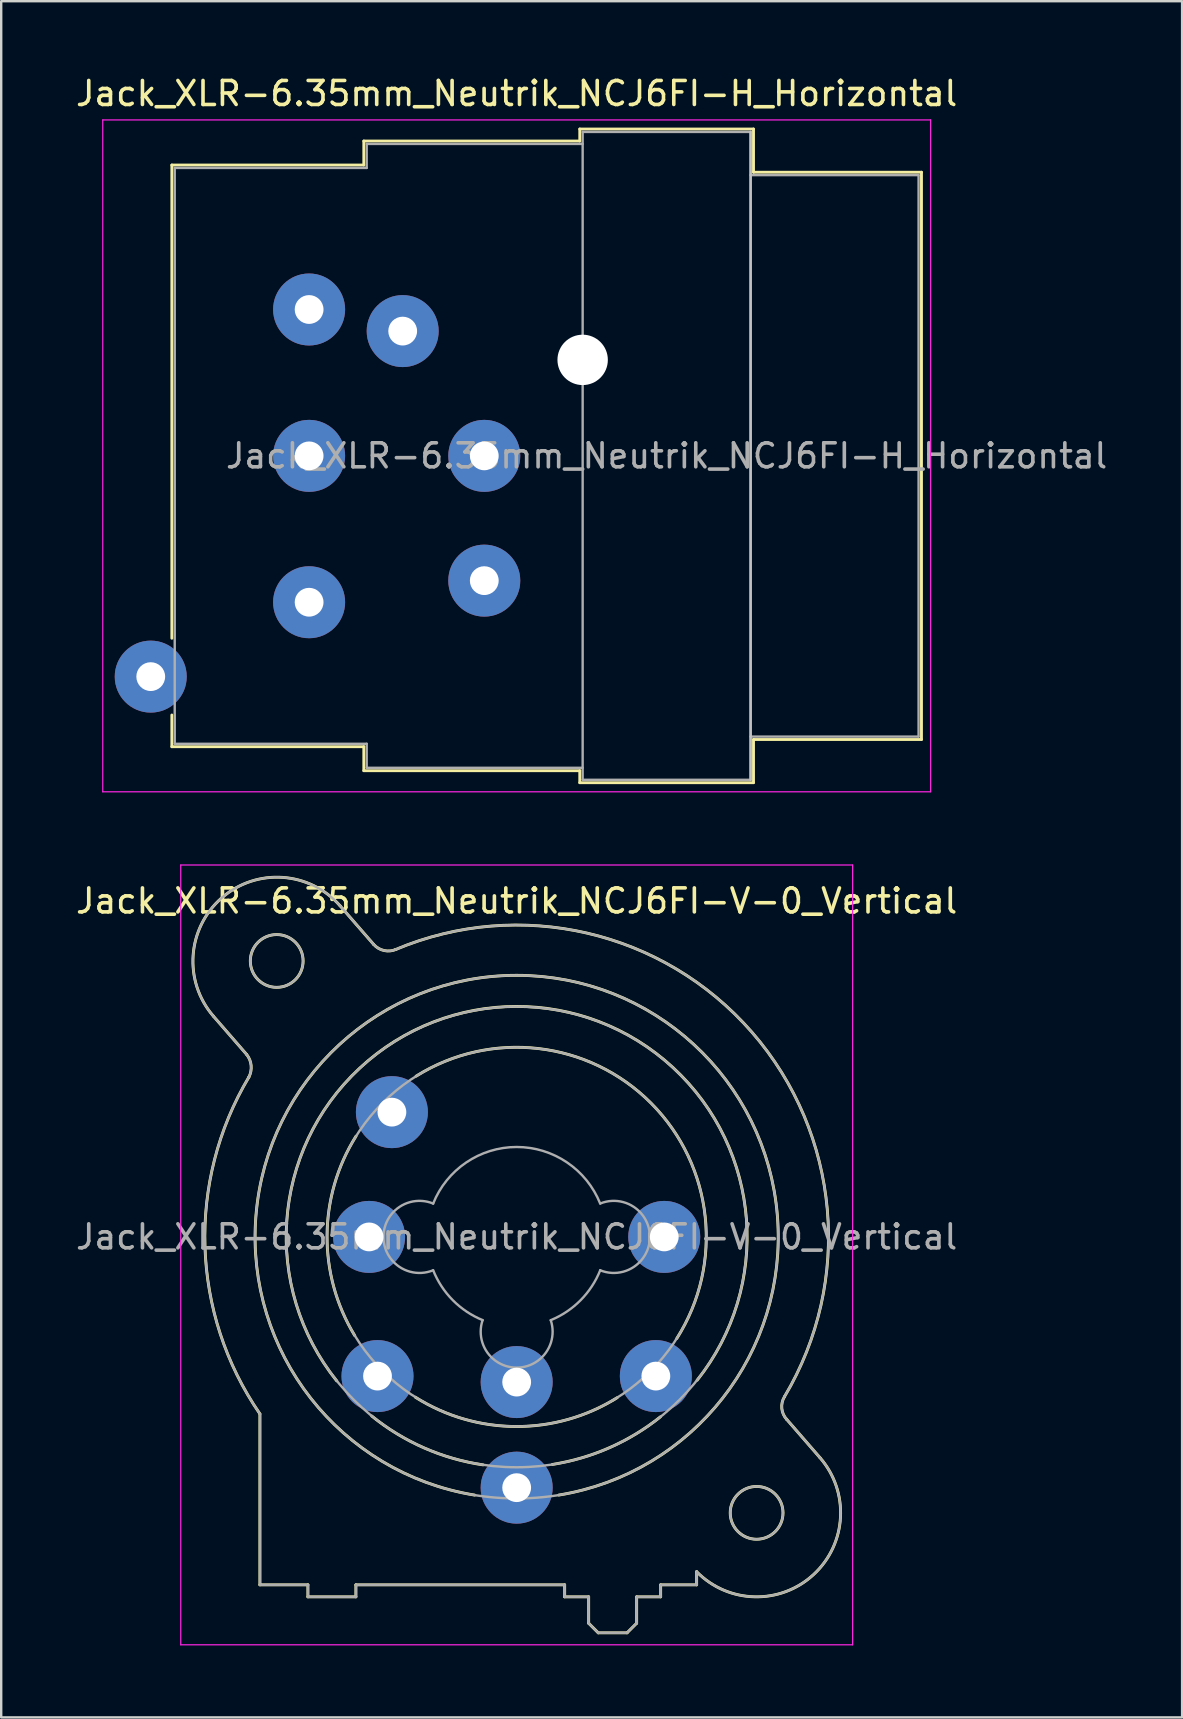
<source format=kicad_pcb>
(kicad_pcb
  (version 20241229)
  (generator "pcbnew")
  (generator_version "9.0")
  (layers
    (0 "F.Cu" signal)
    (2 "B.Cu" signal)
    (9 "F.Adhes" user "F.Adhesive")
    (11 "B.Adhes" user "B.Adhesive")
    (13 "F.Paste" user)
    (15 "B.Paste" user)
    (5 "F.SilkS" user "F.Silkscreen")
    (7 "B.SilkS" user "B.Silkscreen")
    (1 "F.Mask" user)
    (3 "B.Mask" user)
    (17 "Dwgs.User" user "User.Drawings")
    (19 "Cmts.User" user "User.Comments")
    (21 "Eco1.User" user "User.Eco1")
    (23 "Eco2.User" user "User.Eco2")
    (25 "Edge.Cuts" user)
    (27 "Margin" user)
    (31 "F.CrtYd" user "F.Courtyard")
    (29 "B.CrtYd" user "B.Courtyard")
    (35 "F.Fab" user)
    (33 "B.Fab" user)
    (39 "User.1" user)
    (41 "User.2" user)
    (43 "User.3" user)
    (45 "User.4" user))
  (footprint "Jack_XLR-6.35mm_Neutrik_NCJ6FI-H_Horizontal"
    (layer "F.Cu")
    (at 9.832 9.848)
    (property "Reference" "Jack_XLR-6.35mm_Neutrik_NCJ6FI-H_Horizontal" (at 8.65 -9 0) (layer "F.SilkS") (effects (font (size 1 1) (thickness 0.15))))
    (attr through_hole)
    (fp_line (start -5.72 -6.02) (end -5.72 13.7) (stroke (width 0.12) (type solid)) (layer "F.SilkS"))
    (fp_line (start -5.72 16.9) (end -5.72 18.22) (stroke (width 0.12) (type solid)) (layer "F.SilkS"))
    (fp_line (start 2.28 -7.02) (end 2.28 -6.02) (stroke (width 0.12) (type solid)) (layer "F.SilkS"))
    (fp_line (start 2.28 -6.02) (end -5.72 -6.02) (stroke (width 0.12) (type solid)) (layer "F.SilkS"))
    (fp_line (start 2.28 18.22) (end -5.72 18.22) (stroke (width 0.12) (type solid)) (layer "F.SilkS"))
    (fp_line (start 2.28 19.22) (end 2.28 18.22) (stroke (width 0.12) (type solid)) (layer "F.SilkS"))
    (fp_line (start 11.28 -7.02) (end 2.28 -7.02) (stroke (width 0.12) (type solid)) (layer "F.SilkS"))
    (fp_line (start 11.28 -7.02) (end 11.28 -7.52) (stroke (width 0.12) (type solid)) (layer "F.SilkS"))
    (fp_line (start 11.28 19.22) (end 2.28 19.22) (stroke (width 0.12) (type solid)) (layer "F.SilkS"))
    (fp_line (start 11.28 19.72) (end 11.28 19.22) (stroke (width 0.12) (type solid)) (layer "F.SilkS"))
    (fp_line (start 18.52 -7.52) (end 11.28 -7.52) (stroke (width 0.12) (type solid)) (layer "F.SilkS"))
    (fp_line (start 18.52 -7.52) (end 18.52 -5.72) (stroke (width 0.12) (type solid)) (layer "F.SilkS"))
    (fp_line (start 18.52 -5.72) (end 25.52 -5.72) (stroke (width 0.12) (type solid)) (layer "F.SilkS"))
    (fp_line (start 18.52 17.92) (end 18.52 19.72) (stroke (width 0.12) (type solid)) (layer "F.SilkS"))
    (fp_line (start 18.52 17.92) (end 25.52 17.92) (stroke (width 0.12) (type solid)) (layer "F.SilkS"))
    (fp_line (start 18.52 19.72) (end 11.28 19.72) (stroke (width 0.12) (type solid)) (layer "F.SilkS"))
    (fp_line (start 25.52 -5.72) (end 25.52 17.92) (stroke (width 0.12) (type solid)) (layer "F.SilkS"))
    (fp_line (start 18.4 -7.4) (end 18.4 19.6) (stroke (width 0.1) (type solid)) (layer "Dwgs.User"))
    (fp_line (start -8.6 -7.9) (end -8.6 20.1) (stroke (width 0.05) (type solid)) (layer "F.CrtYd"))
    (fp_line (start 25.9 -7.9) (end -8.6 -7.9) (stroke (width 0.05) (type solid)) (layer "F.CrtYd"))
    (fp_line (start 25.9 -7.9) (end 25.9 20.1) (stroke (width 0.05) (type solid)) (layer "F.CrtYd"))
    (fp_line (start 25.9 20.1) (end -8.6 20.1) (stroke (width 0.05) (type solid)) (layer "F.CrtYd"))
    (fp_line (start -5.6 -5.9) (end -5.6 18.1) (stroke (width 0.1) (type solid)) (layer "F.Fab"))
    (fp_line (start -5.6 18.1) (end 2.4 18.1) (stroke (width 0.1) (type solid)) (layer "F.Fab"))
    (fp_line (start 2.4 -6.9) (end 2.4 -5.9) (stroke (width 0.1) (type solid)) (layer "F.Fab"))
    (fp_line (start 2.4 -5.9) (end -5.6 -5.9) (stroke (width 0.1) (type solid)) (layer "F.Fab"))
    (fp_line (start 2.4 18.1) (end 2.4 19.1) (stroke (width 0.1) (type solid)) (layer "F.Fab"))
    (fp_line (start 2.4 19.1) (end 11.4 19.1) (stroke (width 0.1) (type solid)) (layer "F.Fab"))
    (fp_line (start 11.4 -7.4) (end 18.4 -7.4) (stroke (width 0.1) (type solid)) (layer "F.Fab"))
    (fp_line (start 11.4 -6.9) (end 2.4 -6.9) (stroke (width 0.1) (type solid)) (layer "F.Fab"))
    (fp_line (start 11.4 19.6) (end 11.4 -7.4) (stroke (width 0.1) (type solid)) (layer "F.Fab"))
    (fp_line (start 18.4 -7.4) (end 18.4 19.6) (stroke (width 0.1) (type solid)) (layer "F.Fab"))
    (fp_line (start 18.4 -5.6) (end 25.4 -5.6) (stroke (width 0.1) (type solid)) (layer "F.Fab"))
    (fp_line (start 18.4 19.6) (end 11.4 19.6) (stroke (width 0.1) (type solid)) (layer "F.Fab"))
    (fp_line (start 25.4 -5.6) (end 25.4 17.8) (stroke (width 0.1) (type solid)) (layer "F.Fab"))
    (fp_line (start 25.4 17.8) (end 18.4 17.8) (stroke (width 0.1) (type solid)) (layer "F.Fab"))
    (fp_text user "${REFERENCE}" (at 14.9 6.1 0) (layer "F.Fab") (effects (font (size 1 1) (thickness 0.15))))
    (pad "" np_thru_hole circle (at 11.4 2.1) (size 2.1 2.1) (drill 2.1) (layers "*.Cu" "*.Mask"))
    (pad "1" thru_hole circle (at 0 0) (size 3 3) (drill 1.2) (layers "*.Cu" "*.Mask"))
    (pad "2" thru_hole circle (at 0 12.2) (size 3 3) (drill 1.2) (layers "*.Cu" "*.Mask"))
    (pad "3" thru_hole circle (at 0 6.1) (size 3 3) (drill 1.2) (layers "*.Cu" "*.Mask"))
    (pad "G" thru_hole circle (at 7.3 6.1) (size 3 3) (drill 1.2) (layers "*.Cu" "*.Mask"))
    (pad "R" thru_hole circle (at 3.9 0.9) (size 3 3) (drill 1.2) (layers "*.Cu" "*.Mask"))
    (pad "S" thru_hole circle (at 7.3 11.3) (size 3 3) (drill 1.2) (layers "*.Cu" "*.Mask"))
    (pad "T" thru_hole circle (at -6.6 15.3) (size 3 3) (drill 1.2) (layers "*.Cu" "*.Mask")))
  (footprint "Jack_XLR-6.35mm_Neutrik_NCJ6FI-V-0_Vertical"
    (layer "F.Cu")
    (at 24.632 48.498)
    (property "Reference" "Jack_XLR-6.35mm_Neutrik_NCJ6FI-V-0_Vertical" (at -6.15 -14 0) (layer "F.SilkS") (effects (font (size 1 1) (thickness 0.15))))
    (attr through_hole)
    (fp_line (start -17.4 -7.6) (end -18.79 -9.2) (stroke (width 0.12) (type solid)) (layer "F.SilkS"))
    (fp_line (start -16.85 14.5) (end -16.85 7.38) (stroke (width 0.12) (type solid)) (layer "F.SilkS"))
    (fp_line (start -14.85 14.5) (end -16.85 14.5) (stroke (width 0.12) (type solid)) (layer "F.SilkS"))
    (fp_line (start -14.85 14.5) (end -14.85 15) (stroke (width 0.12) (type solid)) (layer "F.SilkS"))
    (fp_line (start -13.51 -13.8) (end -12.11 -12.19) (stroke (width 0.12) (type solid)) (layer "F.SilkS"))
    (fp_line (start -12.85 14.5) (end -12.85 15) (stroke (width 0.12) (type solid)) (layer "F.SilkS"))
    (fp_line (start -12.85 15) (end -14.85 15) (stroke (width 0.12) (type solid)) (layer "F.SilkS"))
    (fp_line (start -4.15 14.5) (end -12.85 14.5) (stroke (width 0.12) (type solid)) (layer "F.SilkS"))
    (fp_line (start -4.15 14.5) (end -4.15 15) (stroke (width 0.12) (type solid)) (layer "F.SilkS"))
    (fp_line (start -3.15 15) (end -4.15 15) (stroke (width 0.12) (type solid)) (layer "F.SilkS"))
    (fp_line (start -3.15 15) (end -3.15 16.1) (stroke (width 0.12) (type solid)) (layer "F.SilkS"))
    (fp_line (start -3.15 16.1) (end -2.75 16.5) (stroke (width 0.12) (type solid)) (layer "F.SilkS"))
    (fp_line (start -1.55 16.5) (end -2.75 16.5) (stroke (width 0.12) (type solid)) (layer "F.SilkS"))
    (fp_line (start -1.15 15) (end -1.15 16.1) (stroke (width 0.12) (type solid)) (layer "F.SilkS"))
    (fp_line (start -1.15 16.1) (end -1.55 16.5) (stroke (width 0.12) (type solid)) (layer "F.SilkS"))
    (fp_line (start -0.15 14.5) (end -0.15 15) (stroke (width 0.12) (type solid)) (layer "F.SilkS"))
    (fp_line (start -0.15 15) (end -1.15 15) (stroke (width 0.12) (type solid)) (layer "F.SilkS"))
    (fp_line (start 1.35 13.95) (end 1.35 14.5) (stroke (width 0.12) (type solid)) (layer "F.SilkS"))
    (fp_line (start 1.35 14.5) (end -0.15 14.5) (stroke (width 0.12) (type solid)) (layer "F.SilkS"))
    (fp_line (start 5.1 7.6) (end 6.49 9.2) (stroke (width 0.12) (type solid)) (layer "F.SilkS"))
    (fp_arc (start -18.79 -9.2) (mid -18.45 -14.14) (end -13.51 -13.8) (stroke (width 0.12) (type solid)) (layer "F.SilkS"))
    (fp_arc (start -17.400452 -7.59955) (mid -17.216295 -7.14315) (end -17.31 -6.66) (stroke (width 0.12) (type solid)) (layer "F.SilkS"))
    (fp_arc (start -16.851206 7.374645) (mid -19.139261 0.42462) (end -17.31 -6.66) (stroke (width 0.12) (type solid)) (layer "F.SilkS"))
    (fp_arc (start -13.65 6) (mid -6.168408 -9.604669) (end 1.372943 5.971208) (stroke (width 0.12) (type solid)) (layer "F.SilkS"))
    (fp_arc (start -12.9 4.11) (mid -14.052663 -0.0501) (end -12.847348 -4.195251) (stroke (width 0.12) (type solid)) (layer "F.SilkS"))
    (fp_arc (start -11.201352 -11.974349) (mid 3.655031 -8.530097) (end 5.01 6.66) (stroke (width 0.12) (type solid)) (layer "F.SilkS"))
    (fp_arc (start -11.177539 -11.981856) (mid -11.677484 -11.93489) (end -12.11 -12.19) (stroke (width 0.12) (type solid)) (layer "F.SilkS"))
    (fp_arc (start -10.34 -6.7) (mid -0.544787 -5.570251) (end 0.523653 4.231839) (stroke (width 0.12) (type solid)) (layer "F.SilkS"))
    (fp_arc (start -7.9 10.76) (mid -6.152346 -10.90138) (end -4.395368 10.759246) (stroke (width 0.12) (type solid)) (layer "F.SilkS"))
    (fp_arc (start -7.55 9.5) (mid -10.007174 8.793873) (end -12.190932 7.464391) (stroke (width 0.12) (type solid)) (layer "F.SilkS"))
    (fp_arc (start -1.96 6.7) (mid -6.167825 7.902264) (end -10.370184 6.681029) (stroke (width 0.12) (type solid)) (layer "F.SilkS"))
    (fp_arc (start -0.16 7.5) (mid -2.282236 8.784674) (end -4.662837 9.482534) (stroke (width 0.12) (type solid)) (layer "F.SilkS"))
    (fp_arc (start 5.109394 7.611661) (mid 4.900255 7.152483) (end 5.01 6.66) (stroke (width 0.12) (type solid)) (layer "F.SilkS"))
    (fp_arc (start 6.49 9.2) (mid 6.227307 14.070606) (end 1.351052 13.95252) (stroke (width 0.12) (type solid)) (layer "F.SilkS"))
    (fp_circle (center -16.15 -11.5) (end -15.05 -11.5) (stroke (width 0.12) (type solid)) (fill no) (layer "F.SilkS"))
    (fp_circle (center 3.85 11.5) (end 4.95 11.5) (stroke (width 0.12) (type solid)) (fill no) (layer "F.SilkS"))
    (fp_line (start -20.15 -15.5) (end 7.85 -15.5) (stroke (width 0.05) (type solid)) (layer "F.CrtYd"))
    (fp_line (start -20.15 17) (end -20.15 -15.5) (stroke (width 0.05) (type solid)) (layer "F.CrtYd"))
    (fp_line (start 7.85 -15.5) (end 7.85 17) (stroke (width 0.05) (type solid)) (layer "F.CrtYd"))
    (fp_line (start 7.85 17) (end -20.15 17) (stroke (width 0.05) (type solid)) (layer "F.CrtYd"))
    (fp_line (start -17.4 -7.6) (end -18.79 -9.2) (stroke (width 0.1) (type solid)) (layer "F.Fab"))
    (fp_line (start -16.85 14.5) (end -16.85 7.38) (stroke (width 0.1) (type solid)) (layer "F.Fab"))
    (fp_line (start -14.85 14.5) (end -16.85 14.5) (stroke (width 0.1) (type solid)) (layer "F.Fab"))
    (fp_line (start -14.85 14.5) (end -14.85 15) (stroke (width 0.1) (type solid)) (layer "F.Fab"))
    (fp_line (start -13.51 -13.8) (end -12.11 -12.19) (stroke (width 0.1) (type solid)) (layer "F.Fab"))
    (fp_line (start -12.85 14.5) (end -12.85 15) (stroke (width 0.1) (type solid)) (layer "F.Fab"))
    (fp_line (start -12.85 15) (end -14.85 15) (stroke (width 0.1) (type solid)) (layer "F.Fab"))
    (fp_line (start -4.15 14.5) (end -12.85 14.5) (stroke (width 0.1) (type solid)) (layer "F.Fab"))
    (fp_line (start -4.15 14.5) (end -4.15 15) (stroke (width 0.1) (type solid)) (layer "F.Fab"))
    (fp_line (start -3.15 15) (end -4.15 15) (stroke (width 0.1) (type solid)) (layer "F.Fab"))
    (fp_line (start -3.15 15) (end -3.15 16.1) (stroke (width 0.1) (type solid)) (layer "F.Fab"))
    (fp_line (start -3.15 16.1) (end -2.75 16.5) (stroke (width 0.1) (type solid)) (layer "F.Fab"))
    (fp_line (start -1.55 16.5) (end -2.75 16.5) (stroke (width 0.1) (type solid)) (layer "F.Fab"))
    (fp_line (start -1.15 15) (end -1.15 16.1) (stroke (width 0.1) (type solid)) (layer "F.Fab"))
    (fp_line (start -1.15 16.1) (end -1.55 16.5) (stroke (width 0.1) (type solid)) (layer "F.Fab"))
    (fp_line (start -0.15 14.5) (end -0.15 15) (stroke (width 0.1) (type solid)) (layer "F.Fab"))
    (fp_line (start -0.15 15) (end -1.15 15) (stroke (width 0.1) (type solid)) (layer "F.Fab"))
    (fp_line (start 1.35 13.95) (end 1.35 14.5) (stroke (width 0.1) (type solid)) (layer "F.Fab"))
    (fp_line (start 1.35 14.5) (end -0.15 14.5) (stroke (width 0.1) (type solid)) (layer "F.Fab"))
    (fp_line (start 5.1 7.6) (end 6.49 9.2) (stroke (width 0.1) (type solid)) (layer "F.Fab"))
    (fp_arc (start -18.79 -9.2) (mid -18.45 -14.14) (end -13.51 -13.8) (stroke (width 0.1) (type solid)) (layer "F.Fab"))
    (fp_arc (start -17.400452 -7.59955) (mid -17.216295 -7.14315) (end -17.31 -6.66) (stroke (width 0.1) (type solid)) (layer "F.Fab"))
    (fp_arc (start -16.851206 7.374645) (mid -19.139261 0.42462) (end -17.31 -6.66) (stroke (width 0.1) (type solid)) (layer "F.Fab"))
    (fp_arc (start -11.201352 -11.974349) (mid 3.655031 -8.530097) (end 5.01 6.66) (stroke (width 0.1) (type solid)) (layer "F.Fab"))
    (fp_arc (start -11.177539 -11.981856) (mid -11.677484 -11.93489) (end -12.11 -12.19) (stroke (width 0.1) (type solid)) (layer "F.Fab"))
    (fp_arc (start -9.634717 1.391925) (mid -11.702329 -0.002547) (end -9.63 -1.39) (stroke (width 0.1) (type solid)) (layer "F.Fab"))
    (fp_arc (start -9.631116 -1.387204) (mid -6.151505 -3.747333) (end -2.67 -1.39) (stroke (width 0.1) (type solid)) (layer "F.Fab"))
    (fp_arc (start -7.567529 3.468878) (mid -8.810241 2.639246) (end -9.63 1.39) (stroke (width 0.1) (type solid)) (layer "F.Fab"))
    (fp_arc (start -4.729599 3.471189) (mid -6.150627 5.448932) (end -7.57 3.47) (stroke (width 0.1) (type solid)) (layer "F.Fab"))
    (fp_arc (start -2.667476 1.389002) (mid -3.487046 2.639314) (end -4.73 3.47) (stroke (width 0.1) (type solid)) (layer "F.Fab"))
    (fp_arc (start -2.665283 -1.391925) (mid -0.597671 0.002547) (end -2.67 1.39) (stroke (width 0.1) (type solid)) (layer "F.Fab"))
    (fp_arc (start 5.109394 7.611661) (mid 4.900255 7.152483) (end 5.01 6.66) (stroke (width 0.1) (type solid)) (layer "F.Fab"))
    (fp_arc (start 6.49 9.2) (mid 6.227307 14.070606) (end 1.351052 13.95252) (stroke (width 0.1) (type solid)) (layer "F.Fab"))
    (fp_circle (center -16.15 -11.5) (end -15.05 -11.5) (stroke (width 0.1) (type solid)) (fill no) (layer "F.Fab"))
    (fp_circle (center -6.15 0) (end 1.75 0) (stroke (width 0.1) (type solid)) (fill no) (layer "F.Fab"))
    (fp_circle (center -6.15 0) (end 3.45 0) (stroke (width 0.1) (type solid)) (fill no) (layer "F.Fab"))
    (fp_circle (center -6.15 0) (end 4.75 0) (stroke (width 0.1) (type solid)) (fill no) (layer "F.Fab"))
    (fp_circle (center 3.85 11.5) (end 4.95 11.5) (stroke (width 0.1) (type solid)) (fill no) (layer "F.Fab"))
    (fp_text user "${REFERENCE}" (at -6.15 0 0) (layer "F.Fab") (effects (font (size 1 1) (thickness 0.15))))
    (pad "1" thru_hole circle (at 0 0) (size 3 3) (drill 1.2) (layers "*.Cu" "*.Mask"))
    (pad "2" thru_hole circle (at -12.3 0) (size 3 3) (drill 1.2) (layers "*.Cu" "*.Mask"))
    (pad "3" thru_hole circle (at -6.15 6.05) (size 3 3) (drill 1.2) (layers "*.Cu" "*.Mask"))
    (pad "G" thru_hole circle (at -6.15 10.45) (size 3 3) (drill 1.2) (layers "*.Cu" "*.Mask"))
    (pad "R" thru_hole circle (at -0.35 5.8) (size 3 3) (drill 1.2) (layers "*.Cu" "*.Mask"))
    (pad "S" thru_hole circle (at -11.95 5.8) (size 3 3) (drill 1.2) (layers "*.Cu" "*.Mask"))
    (pad "T" thru_hole circle (at -11.35 -5.2) (size 3 3) (drill 1.2) (layers "*.Cu" "*.Mask")))
  (gr_rect
    (start -3 -3)
    (end 46.214 68.523)
    (stroke (width 0.1) (type default))
    (fill no)
    (layer "Edge.Cuts")))
</source>
